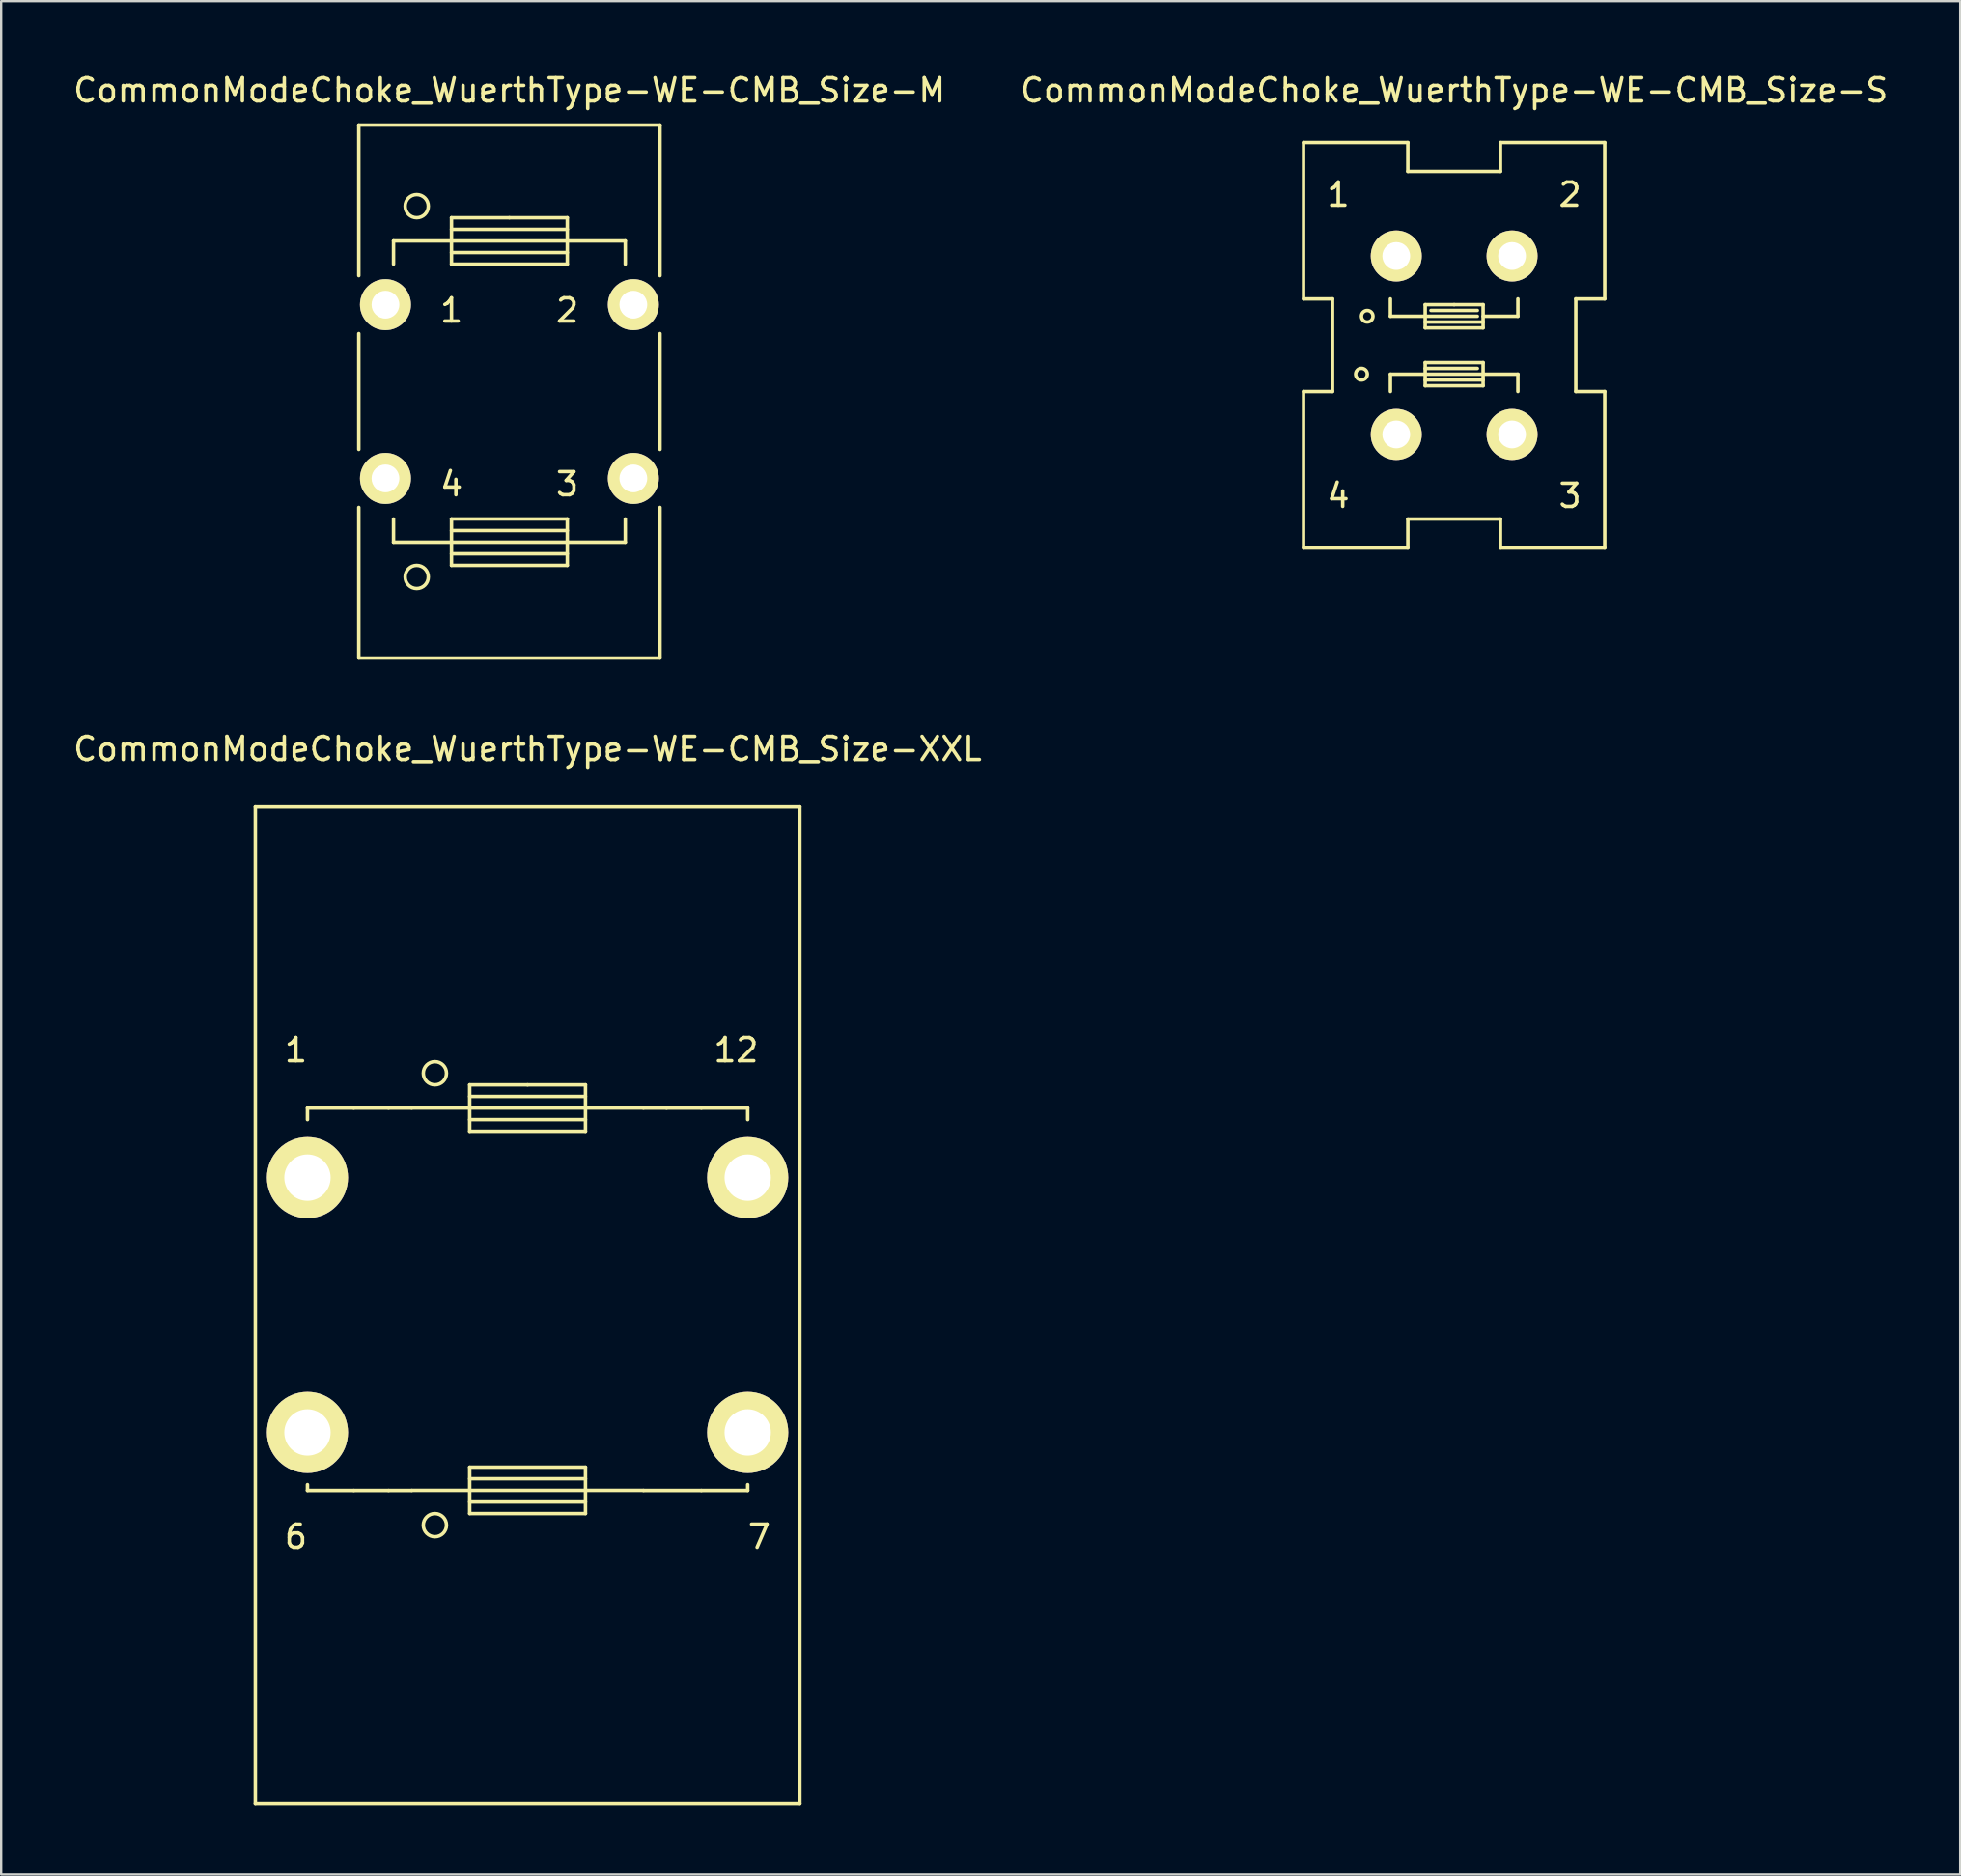
<source format=kicad_pcb>
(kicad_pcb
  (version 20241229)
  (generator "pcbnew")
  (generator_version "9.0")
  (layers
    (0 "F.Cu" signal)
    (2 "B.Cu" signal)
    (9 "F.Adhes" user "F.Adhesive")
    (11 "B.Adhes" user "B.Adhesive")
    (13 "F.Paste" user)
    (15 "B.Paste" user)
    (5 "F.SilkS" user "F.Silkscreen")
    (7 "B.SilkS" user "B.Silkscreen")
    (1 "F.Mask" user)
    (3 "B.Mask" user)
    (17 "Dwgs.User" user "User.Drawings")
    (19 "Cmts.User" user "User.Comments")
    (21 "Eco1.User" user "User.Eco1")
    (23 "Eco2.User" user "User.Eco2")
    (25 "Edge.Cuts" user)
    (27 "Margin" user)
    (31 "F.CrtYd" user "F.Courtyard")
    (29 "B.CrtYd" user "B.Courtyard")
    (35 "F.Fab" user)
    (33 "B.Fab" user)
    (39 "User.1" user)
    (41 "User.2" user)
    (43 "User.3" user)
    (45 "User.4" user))
  (footprint "CommonModeChoke_WuerthType-WE-CMB_Size-XXL"
    (layer "F.Cu")
    (at 19.72 53.273)
    (property "Reference" "CommonModeChoke_WuerthType-WE-CMB_Size-XXL" (at 0 -24 0) (layer "F.SilkS") (effects (font (size 1 1) (thickness 0.15))))
    (attr through_hole)
    (fp_line (start -11.75 -21.501) (end -11.75 21.501) (stroke (width 0.15) (type solid)) (layer "F.SilkS"))
    (fp_line (start -11.75 21.501) (end 11.75 21.501) (stroke (width 0.15) (type solid)) (layer "F.SilkS"))
    (fp_line (start -9.5 -8.499) (end -9.5 -8.001) (stroke (width 0.15) (type solid)) (layer "F.SilkS"))
    (fp_line (start -9.5 8.001) (end -9.5 7.75) (stroke (width 0.15) (type solid)) (layer "F.SilkS"))
    (fp_line (start -7.501 -8.499) (end -9.5 -8.499) (stroke (width 0.15) (type solid)) (layer "F.SilkS"))
    (fp_line (start -7.501 8.001) (end -9.5 8.001) (stroke (width 0.15) (type solid)) (layer "F.SilkS"))
    (fp_line (start -5.999 -8.499) (end -7.501 -8.499) (stroke (width 0.15) (type solid)) (layer "F.SilkS"))
    (fp_line (start -5.999 8.001) (end -7.501 8.001) (stroke (width 0.15) (type solid)) (layer "F.SilkS"))
    (fp_line (start -5.001 -8.499) (end -5.999 -8.499) (stroke (width 0.15) (type solid)) (layer "F.SilkS"))
    (fp_line (start -5.001 7.998) (end -2.499 7.998) (stroke (width 0.15) (type solid)) (layer "F.SilkS"))
    (fp_line (start -5.001 8.001) (end -5.999 8.001) (stroke (width 0.15) (type solid)) (layer "F.SilkS"))
    (fp_line (start -2.499 -9.502) (end 0 -9.502) (stroke (width 0.15) (type solid)) (layer "F.SilkS"))
    (fp_line (start -2.499 -8.501) (end -5.001 -8.501) (stroke (width 0.15) (type solid)) (layer "F.SilkS"))
    (fp_line (start -2.499 -8.501) (end 2.499 -8.501) (stroke (width 0.15) (type solid)) (layer "F.SilkS"))
    (fp_line (start -2.499 -8.001) (end 2.499 -8.001) (stroke (width 0.15) (type solid)) (layer "F.SilkS"))
    (fp_line (start -2.499 -7.501) (end -2.499 -9.502) (stroke (width 0.15) (type solid)) (layer "F.SilkS"))
    (fp_line (start -2.499 6.998) (end 2.499 6.998) (stroke (width 0.15) (type solid)) (layer "F.SilkS"))
    (fp_line (start -2.499 8.499) (end 2.499 8.499) (stroke (width 0.15) (type solid)) (layer "F.SilkS"))
    (fp_line (start -2.499 8.999) (end -2.499 6.998) (stroke (width 0.15) (type solid)) (layer "F.SilkS"))
    (fp_line (start 0 -9.502) (end 2.499 -9.502) (stroke (width 0.15) (type solid)) (layer "F.SilkS"))
    (fp_line (start 2.499 -9.502) (end 2.499 -7.501) (stroke (width 0.15) (type solid)) (layer "F.SilkS"))
    (fp_line (start 2.499 -9.002) (end -2.499 -9.002) (stroke (width 0.15) (type solid)) (layer "F.SilkS"))
    (fp_line (start 2.499 -8.501) (end 5.001 -8.501) (stroke (width 0.15) (type solid)) (layer "F.SilkS"))
    (fp_line (start 2.499 -7.501) (end -2.499 -7.501) (stroke (width 0.15) (type solid)) (layer "F.SilkS"))
    (fp_line (start 2.499 6.998) (end 2.499 8.999) (stroke (width 0.15) (type solid)) (layer "F.SilkS"))
    (fp_line (start 2.499 7.498) (end -2.499 7.498) (stroke (width 0.15) (type solid)) (layer "F.SilkS"))
    (fp_line (start 2.499 7.998) (end -2.499 7.998) (stroke (width 0.15) (type solid)) (layer "F.SilkS"))
    (fp_line (start 2.499 8.999) (end -2.499 8.999) (stroke (width 0.15) (type solid)) (layer "F.SilkS"))
    (fp_line (start 5.001 -8.499) (end 5.999 -8.499) (stroke (width 0.15) (type solid)) (layer "F.SilkS"))
    (fp_line (start 5.001 7.998) (end 2.499 7.998) (stroke (width 0.15) (type solid)) (layer "F.SilkS"))
    (fp_line (start 5.001 8.001) (end 7.501 8.001) (stroke (width 0.15) (type solid)) (layer "F.SilkS"))
    (fp_line (start 5.999 -8.499) (end 7.501 -8.499) (stroke (width 0.15) (type solid)) (layer "F.SilkS"))
    (fp_line (start 7.501 -8.499) (end 9.5 -8.499) (stroke (width 0.15) (type solid)) (layer "F.SilkS"))
    (fp_line (start 7.501 8.001) (end 9.5 8.001) (stroke (width 0.15) (type solid)) (layer "F.SilkS"))
    (fp_line (start 9.5 -8.499) (end 9.5 -8.001) (stroke (width 0.15) (type solid)) (layer "F.SilkS"))
    (fp_line (start 9.5 8.001) (end 9.5 7.75) (stroke (width 0.15) (type solid)) (layer "F.SilkS"))
    (fp_line (start 11.75 -21.501) (end -11.75 -21.501) (stroke (width 0.15) (type solid)) (layer "F.SilkS"))
    (fp_line (start 11.75 21.501) (end 11.75 -21.501) (stroke (width 0.15) (type solid)) (layer "F.SilkS"))
    (fp_circle (center -4 -10.003) (end -3.5 -10.003) (stroke (width 0.15) (type solid)) (fill no) (layer "F.SilkS"))
    (fp_circle (center -4 9.5) (end -3.5 9.5) (stroke (width 0.15) (type solid)) (fill no) (layer "F.SilkS"))
    (fp_text user "6" (at -10 10 0) (layer "F.SilkS") (effects (font (size 1 1) (thickness 0.15))))
    (fp_text user "7" (at 10 10 0) (layer "F.SilkS") (effects (font (size 1 1) (thickness 0.15))))
    (fp_text user "12" (at 8.999 -11.001 0) (layer "F.SilkS") (effects (font (size 1 1) (thickness 0.15))))
    (fp_text user "1" (at -10 -11.001 0) (layer "F.SilkS") (effects (font (size 1 1) (thickness 0.15))))
    (pad "1" thru_hole circle (at -9.5 -5.499) (size 3.5 3.5) (drill 1.999) (layers "*.Cu" "*.Mask" "F.SilkS"))
    (pad "6" thru_hole circle (at -9.5 5.499) (size 3.5 3.5) (drill 1.999) (layers "*.Cu" "*.Mask" "F.SilkS"))
    (pad "7" thru_hole circle (at 9.5 5.499) (size 3.5 3.5) (drill 1.999) (layers "*.Cu" "*.Mask" "F.SilkS"))
    (pad "12" thru_hole circle (at 9.5 -5.499) (size 3.5 3.5) (drill 1.999) (layers "*.Cu" "*.Mask" "F.SilkS")))
  (footprint "CommonModeChoke_WuerthType-WE-CMB_Size-M"
    (layer "F.Cu")
    (at 18.935 13.848)
    (property "Reference" "CommonModeChoke_WuerthType-WE-CMB_Size-M" (at 0 -13 0) (layer "F.SilkS") (effects (font (size 1 1) (thickness 0.15))))
    (attr through_hole)
    (fp_line (start -6.5 -11.501) (end 6.5 -11.501) (stroke (width 0.15) (type solid)) (layer "F.SilkS"))
    (fp_line (start -6.5 -5.001) (end -6.5 -11.501) (stroke (width 0.15) (type solid)) (layer "F.SilkS"))
    (fp_line (start -6.5 2.499) (end -6.5 -2.499) (stroke (width 0.15) (type solid)) (layer "F.SilkS"))
    (fp_line (start -6.5 11.501) (end -6.5 5.001) (stroke (width 0.15) (type solid)) (layer "F.SilkS"))
    (fp_line (start -5.001 -6.5) (end -5.001 -5.499) (stroke (width 0.15) (type solid)) (layer "F.SilkS"))
    (fp_line (start -5.001 5.499) (end -5.001 6.5) (stroke (width 0.15) (type solid)) (layer "F.SilkS"))
    (fp_line (start -5.001 6.5) (end -2.499 6.5) (stroke (width 0.15) (type solid)) (layer "F.SilkS"))
    (fp_line (start -2.499 -7.501) (end 0 -7.501) (stroke (width 0.15) (type solid)) (layer "F.SilkS"))
    (fp_line (start -2.499 -6.5) (end -5.001 -6.5) (stroke (width 0.15) (type solid)) (layer "F.SilkS"))
    (fp_line (start -2.499 -6.5) (end 2.499 -6.5) (stroke (width 0.15) (type solid)) (layer "F.SilkS"))
    (fp_line (start -2.499 -5.999) (end 2.499 -5.999) (stroke (width 0.15) (type solid)) (layer "F.SilkS"))
    (fp_line (start -2.499 -5.499) (end -2.499 -7.501) (stroke (width 0.15) (type solid)) (layer "F.SilkS"))
    (fp_line (start -2.499 5.499) (end 2.499 5.499) (stroke (width 0.15) (type solid)) (layer "F.SilkS"))
    (fp_line (start -2.499 7) (end 2.499 7) (stroke (width 0.15) (type solid)) (layer "F.SilkS"))
    (fp_line (start -2.499 7.501) (end -2.499 5.499) (stroke (width 0.15) (type solid)) (layer "F.SilkS"))
    (fp_line (start 0 -7.501) (end 2.499 -7.501) (stroke (width 0.15) (type solid)) (layer "F.SilkS"))
    (fp_line (start 2.499 -7.501) (end 2.499 -5.499) (stroke (width 0.15) (type solid)) (layer "F.SilkS"))
    (fp_line (start 2.499 -7) (end -2.499 -7) (stroke (width 0.15) (type solid)) (layer "F.SilkS"))
    (fp_line (start 2.499 -6.5) (end 5.001 -6.5) (stroke (width 0.15) (type solid)) (layer "F.SilkS"))
    (fp_line (start 2.499 -5.499) (end -2.499 -5.499) (stroke (width 0.15) (type solid)) (layer "F.SilkS"))
    (fp_line (start 2.499 5.499) (end 2.499 7.501) (stroke (width 0.15) (type solid)) (layer "F.SilkS"))
    (fp_line (start 2.499 5.999) (end -2.499 5.999) (stroke (width 0.15) (type solid)) (layer "F.SilkS"))
    (fp_line (start 2.499 6.5) (end -2.499 6.5) (stroke (width 0.15) (type solid)) (layer "F.SilkS"))
    (fp_line (start 2.499 7.501) (end -2.499 7.501) (stroke (width 0.15) (type solid)) (layer "F.SilkS"))
    (fp_line (start 5.001 -6.5) (end 5.001 -5.499) (stroke (width 0.15) (type solid)) (layer "F.SilkS"))
    (fp_line (start 5.001 5.499) (end 5.001 6.5) (stroke (width 0.15) (type solid)) (layer "F.SilkS"))
    (fp_line (start 5.001 6.5) (end 2.499 6.5) (stroke (width 0.15) (type solid)) (layer "F.SilkS"))
    (fp_line (start 6.5 -11.501) (end 6.5 -5.001) (stroke (width 0.15) (type solid)) (layer "F.SilkS"))
    (fp_line (start 6.5 -2.499) (end 6.5 2.499) (stroke (width 0.15) (type solid)) (layer "F.SilkS"))
    (fp_line (start 6.5 5.001) (end 6.5 11.501) (stroke (width 0.15) (type solid)) (layer "F.SilkS"))
    (fp_line (start 6.5 11.501) (end -6.5 11.501) (stroke (width 0.15) (type solid)) (layer "F.SilkS"))
    (fp_circle (center -4 -8.001) (end -3.5 -8.001) (stroke (width 0.15) (type solid)) (fill no) (layer "F.SilkS"))
    (fp_circle (center -4 8.001) (end -3.5 8.001) (stroke (width 0.15) (type solid)) (fill no) (layer "F.SilkS"))
    (fp_text user "1" (at -2.499 -3.5 0) (layer "F.SilkS") (effects (font (size 1 1) (thickness 0.15))))
    (fp_text user "2" (at 2.499 -3.5 0) (layer "F.SilkS") (effects (font (size 1 1) (thickness 0.15))))
    (fp_text user "3" (at 2.499 4 0) (layer "F.SilkS") (effects (font (size 1 1) (thickness 0.15))))
    (fp_text user "4" (at -2.499 4 0) (layer "F.SilkS") (effects (font (size 1 1) (thickness 0.15))))
    (pad "1" thru_hole circle (at -5.349 -3.749) (size 2.2 2.2) (drill 1.199) (layers "*.Cu" "*.Mask" "F.SilkS"))
    (pad "2" thru_hole circle (at 5.349 -3.749) (size 2.2 2.2) (drill 1.199) (layers "*.Cu" "*.Mask" "F.SilkS"))
    (pad "3" thru_hole circle (at 5.349 3.749) (size 2.2 2.2) (drill 1.199) (layers "*.Cu" "*.Mask" "F.SilkS"))
    (pad "4" thru_hole circle (at -5.349 3.749) (size 2.2 2.2) (drill 1.199) (layers "*.Cu" "*.Mask" "F.SilkS")))
  (footprint "CommonModeChoke_WuerthType-WE-CMB_Size-S"
    (layer "F.Cu")
    (at 59.708 11.849)
    (property "Reference" "CommonModeChoke_WuerthType-WE-CMB_Size-S" (at 0 -11.001 0) (layer "F.SilkS") (effects (font (size 1 1) (thickness 0.15))))
    (attr through_hole)
    (fp_line (start -6.5 -8.75) (end -6.5 -1.999) (stroke (width 0.15) (type solid)) (layer "F.SilkS"))
    (fp_line (start -6.5 -1.999) (end -5.25 -1.999) (stroke (width 0.15) (type solid)) (layer "F.SilkS"))
    (fp_line (start -6.5 1.999) (end -6.5 8.75) (stroke (width 0.15) (type solid)) (layer "F.SilkS"))
    (fp_line (start -6.5 8.75) (end -1.999 8.75) (stroke (width 0.15) (type solid)) (layer "F.SilkS"))
    (fp_line (start -5.25 -1.999) (end -5.25 1.999) (stroke (width 0.15) (type solid)) (layer "F.SilkS"))
    (fp_line (start -5.25 1.999) (end -6.5 1.999) (stroke (width 0.15) (type solid)) (layer "F.SilkS"))
    (fp_line (start -2.751 -1.25) (end -2.751 -1.999) (stroke (width 0.15) (type solid)) (layer "F.SilkS"))
    (fp_line (start -2.751 1.25) (end -2.751 1.999) (stroke (width 0.15) (type solid)) (layer "F.SilkS"))
    (fp_line (start -1.999 -8.75) (end -6.5 -8.75) (stroke (width 0.15) (type solid)) (layer "F.SilkS"))
    (fp_line (start -1.999 -7.501) (end -1.999 -8.75) (stroke (width 0.15) (type solid)) (layer "F.SilkS"))
    (fp_line (start -1.999 7.501) (end 1.999 7.501) (stroke (width 0.15) (type solid)) (layer "F.SilkS"))
    (fp_line (start -1.999 8.75) (end -1.999 7.501) (stroke (width 0.15) (type solid)) (layer "F.SilkS"))
    (fp_line (start -1.25 -1.75) (end 0 -1.75) (stroke (width 0.15) (type solid)) (layer "F.SilkS"))
    (fp_line (start -1.25 -1.25) (end -2.751 -1.25) (stroke (width 0.15) (type solid)) (layer "F.SilkS"))
    (fp_line (start -1.25 -1.001) (end 1.25 -1.001) (stroke (width 0.15) (type solid)) (layer "F.SilkS"))
    (fp_line (start -1.25 -0.749) (end -1.25 -1.75) (stroke (width 0.15) (type solid)) (layer "F.SilkS"))
    (fp_line (start -1.25 0.749) (end 1.25 0.749) (stroke (width 0.15) (type solid)) (layer "F.SilkS"))
    (fp_line (start -1.25 1.001) (end 1.001 1.001) (stroke (width 0.15) (type solid)) (layer "F.SilkS"))
    (fp_line (start -1.25 1.25) (end -2.751 1.25) (stroke (width 0.15) (type solid)) (layer "F.SilkS"))
    (fp_line (start -1.25 1.75) (end -1.25 0.749) (stroke (width 0.15) (type solid)) (layer "F.SilkS"))
    (fp_line (start 0 -1.75) (end 1.25 -1.75) (stroke (width 0.15) (type solid)) (layer "F.SilkS"))
    (fp_line (start 1.001 -1.501) (end -1.001 -1.501) (stroke (width 0.15) (type solid)) (layer "F.SilkS"))
    (fp_line (start 1.001 -1.25) (end -1.25 -1.25) (stroke (width 0.15) (type solid)) (layer "F.SilkS"))
    (fp_line (start 1.25 -1.75) (end 1.25 -0.749) (stroke (width 0.15) (type solid)) (layer "F.SilkS"))
    (fp_line (start 1.25 -1.25) (end 2.751 -1.25) (stroke (width 0.15) (type solid)) (layer "F.SilkS"))
    (fp_line (start 1.25 -0.749) (end -1.25 -0.749) (stroke (width 0.15) (type solid)) (layer "F.SilkS"))
    (fp_line (start 1.25 0.749) (end 1.25 1.75) (stroke (width 0.15) (type solid)) (layer "F.SilkS"))
    (fp_line (start 1.25 1.25) (end -1.25 1.25) (stroke (width 0.15) (type solid)) (layer "F.SilkS"))
    (fp_line (start 1.25 1.25) (end 2.751 1.25) (stroke (width 0.15) (type solid)) (layer "F.SilkS"))
    (fp_line (start 1.25 1.501) (end -1.25 1.501) (stroke (width 0.15) (type solid)) (layer "F.SilkS"))
    (fp_line (start 1.25 1.75) (end -1.25 1.75) (stroke (width 0.15) (type solid)) (layer "F.SilkS"))
    (fp_line (start 1.999 -8.75) (end 1.999 -7.501) (stroke (width 0.15) (type solid)) (layer "F.SilkS"))
    (fp_line (start 1.999 -7.501) (end -1.999 -7.501) (stroke (width 0.15) (type solid)) (layer "F.SilkS"))
    (fp_line (start 1.999 7.501) (end 1.999 8.75) (stroke (width 0.15) (type solid)) (layer "F.SilkS"))
    (fp_line (start 1.999 8.75) (end 6.5 8.75) (stroke (width 0.15) (type solid)) (layer "F.SilkS"))
    (fp_line (start 2.751 -1.25) (end 2.751 -1.999) (stroke (width 0.15) (type solid)) (layer "F.SilkS"))
    (fp_line (start 2.751 1.25) (end 2.751 1.999) (stroke (width 0.15) (type solid)) (layer "F.SilkS"))
    (fp_line (start 5.25 -1.999) (end 6.5 -1.999) (stroke (width 0.15) (type solid)) (layer "F.SilkS"))
    (fp_line (start 5.25 1.999) (end 5.25 -1.999) (stroke (width 0.15) (type solid)) (layer "F.SilkS"))
    (fp_line (start 6.5 -8.75) (end 1.999 -8.75) (stroke (width 0.15) (type solid)) (layer "F.SilkS"))
    (fp_line (start 6.5 -1.999) (end 6.5 -8.75) (stroke (width 0.15) (type solid)) (layer "F.SilkS"))
    (fp_line (start 6.5 1.999) (end 5.25 1.999) (stroke (width 0.15) (type solid)) (layer "F.SilkS"))
    (fp_line (start 6.5 8.75) (end 6.5 1.999) (stroke (width 0.15) (type solid)) (layer "F.SilkS"))
    (fp_circle (center -4 1.25) (end -4 0.998) (stroke (width 0.15) (type solid)) (fill no) (layer "F.SilkS"))
    (fp_circle (center -3.752 -1.25) (end -3.503 -1.25) (stroke (width 0.15) (type solid)) (fill no) (layer "F.SilkS"))
    (fp_text user "1" (at -5.001 -6.5 0) (layer "F.SilkS") (effects (font (size 1 1) (thickness 0.15))))
    (fp_text user "4" (at -5.001 6.5 0) (layer "F.SilkS") (effects (font (size 1 1) (thickness 0.15))))
    (fp_text user "2" (at 5.001 -6.5 0) (layer "F.SilkS") (effects (font (size 1 1) (thickness 0.15))))
    (fp_text user "3" (at 5.001 6.5 0) (layer "F.SilkS") (effects (font (size 1 1) (thickness 0.15))))
    (pad "1" thru_hole circle (at -2.499 -3.851) (size 2.2 2.2) (drill 1.199) (layers "*.Cu" "*.Mask" "F.SilkS"))
    (pad "2" thru_hole circle (at 2.499 -3.851) (size 2.2 2.2) (drill 1.199) (layers "*.Cu" "*.Mask" "F.SilkS"))
    (pad "3" thru_hole circle (at 2.499 3.851) (size 2.2 2.2) (drill 1.199) (layers "*.Cu" "*.Mask" "F.SilkS"))
    (pad "4" thru_hole circle (at -2.499 3.851) (size 2.2 2.2) (drill 1.199) (layers "*.Cu" "*.Mask" "F.SilkS")))
  (gr_rect
    (start -3 -3)
    (end 81.548 77.849)
    (stroke (width 0.1) (type default))
    (fill no)
    (layer "Edge.Cuts")))
</source>
